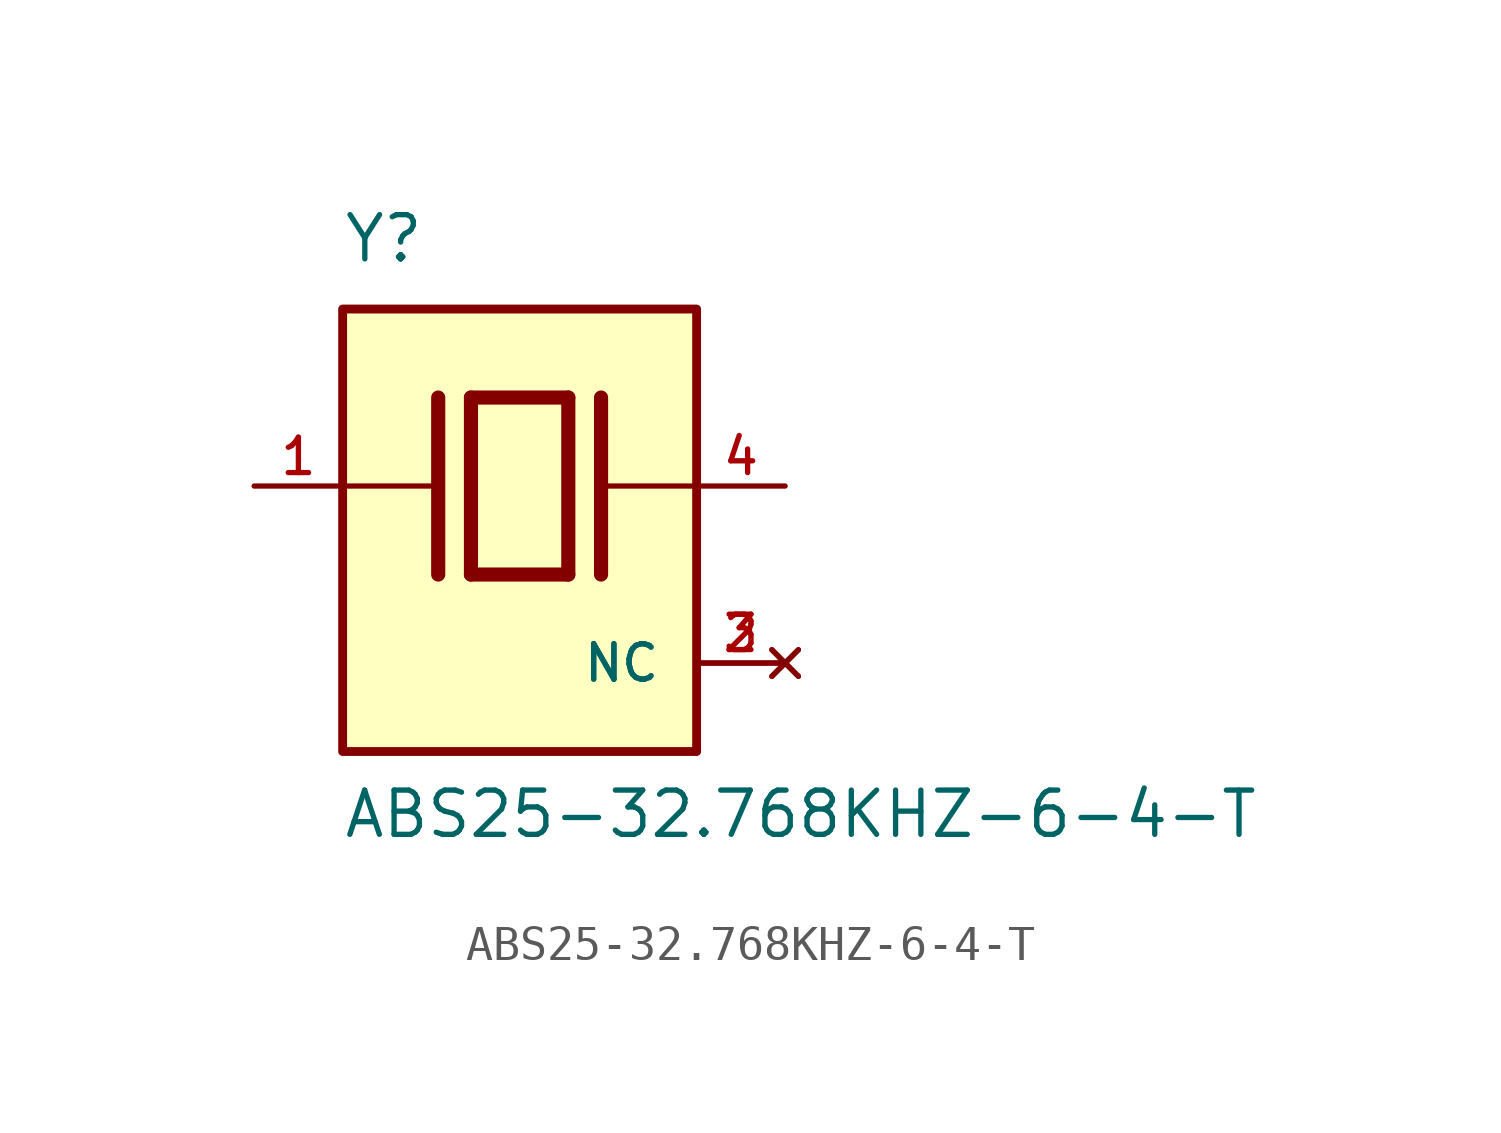
<source format=kicad_sym>
(kicad_symbol_lib
  (version 20211014)
  (generator kicad_symbol_editor)
  (symbol "ABS25-32.768KHZ-6-4-T"
    (pin_names
      (offset 1.016))
    (property "Reference" "Y"
      (at -5.088 6.356 0)
      (effects (font (size 1.27 1.27)) (justify bottom left)))
    (property "Value" "ABS25-32.768KHZ-6-4-T"
      (at -5.094 -10.16 0)
      (effects (font (size 1.27 1.27)) (justify bottom left)))
    (symbol "ABS25-32.768KHZ-6-4-T_0_0"
      (polyline (pts (xy -1.397 2.54) (xy 1.397 2.54)) (stroke (width 0.406)))
      (polyline (pts (xy 1.397 2.54) (xy 1.397 -2.54)) (stroke (width 0.406)))
      (polyline (pts (xy 1.397 -2.54) (xy -1.397 -2.54)) (stroke (width 0.406)))
      (polyline (pts (xy -1.397 2.54) (xy -1.397 -2.54)) (stroke (width 0.406)))
      (polyline (pts (xy 2.337 2.54) (xy 2.337 -2.54)) (stroke (width 0.406)))
      (polyline (pts (xy -2.337 2.54) (xy -2.337 -2.54)) (stroke (width 0.406)))
      (polyline (pts (xy -5.08 0.0) (xy -2.54 0.0)) (stroke (width 0.152)))
      (polyline (pts (xy 2.54 0.0) (xy 5.08 0.0)) (stroke (width 0.152)))
      (rectangle (start -5.08 -7.62) (end 5.08 5.08) (stroke (width 0.254)) (fill (type background)))
      (pin passive line (at 7.62 0.0 180.0) (length 2.54) (name "~" (effects (font (size 1.016 1.016)))) (number "4" (effects (font (size 1.016 1.016)))))
      (pin passive line (at -7.62 0.0 0) (length 2.54) (name "~" (effects (font (size 1.016 1.016)))) (number "1" (effects (font (size 1.016 1.016)))))
      (pin no_connect line (at 7.62 -5.08 180.0) (length 2.54) (name "NC" (effects (font (size 1.016 1.016)))) (number "2" (effects (font (size 1.016 1.016)))))
      (pin no_connect line (at 7.62 -5.08 180.0) (length 2.54) (name "NC" (effects (font (size 1.016 1.016)))) (number "3" (effects (font (size 1.016 1.016))))))))
</source>
